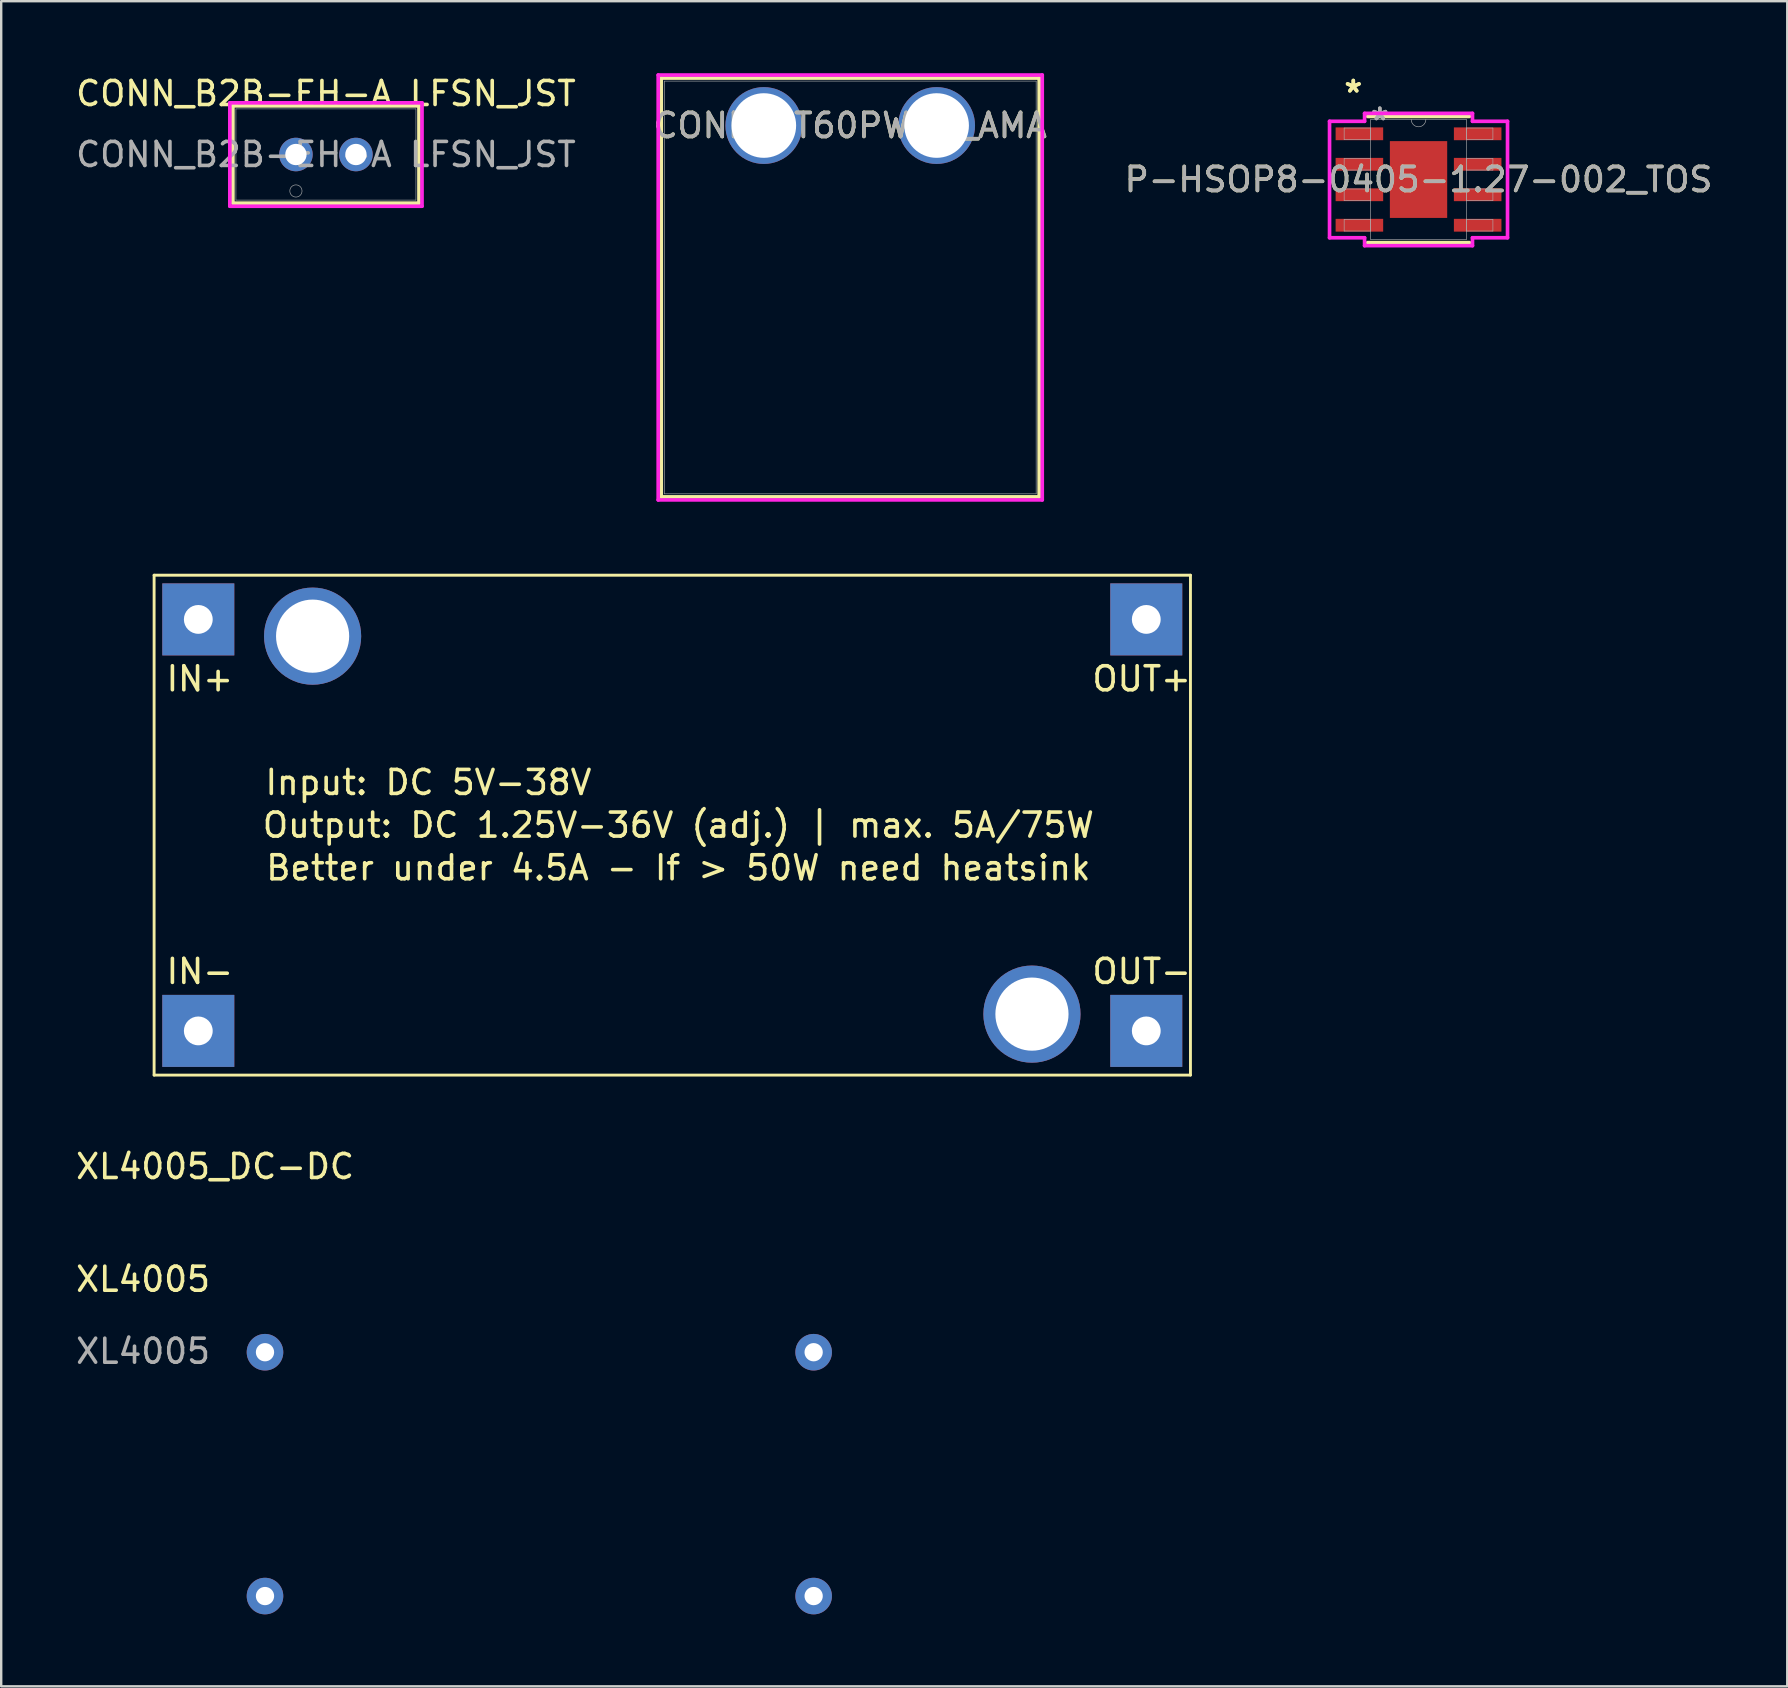
<source format=kicad_pcb>
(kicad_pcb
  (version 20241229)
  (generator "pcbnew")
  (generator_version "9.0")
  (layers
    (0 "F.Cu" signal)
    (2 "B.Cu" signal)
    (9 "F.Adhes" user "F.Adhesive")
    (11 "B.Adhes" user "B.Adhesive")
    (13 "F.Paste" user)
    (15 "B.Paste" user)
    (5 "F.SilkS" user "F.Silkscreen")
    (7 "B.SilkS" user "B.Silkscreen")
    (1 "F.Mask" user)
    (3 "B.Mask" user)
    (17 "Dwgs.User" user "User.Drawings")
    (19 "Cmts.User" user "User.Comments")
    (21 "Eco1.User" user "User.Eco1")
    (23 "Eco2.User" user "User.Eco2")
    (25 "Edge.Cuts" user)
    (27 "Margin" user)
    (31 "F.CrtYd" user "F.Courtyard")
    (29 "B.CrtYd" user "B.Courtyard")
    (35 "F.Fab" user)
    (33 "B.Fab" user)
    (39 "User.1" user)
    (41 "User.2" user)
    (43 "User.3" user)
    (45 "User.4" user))
  (footprint "XL4005_DC-DC"
    (layer "F.Cu")
    (at 3.371 41.744)
    (property "Reference" "XL4005_DC-DC" (at 2.54 3.81 0) (layer "F.SilkS") (effects (font (size 1 1) (thickness 0.15))))
    (attr through_hole)
    (fp_line (start 0 -20.828) (end 43.18 -20.828) (stroke (width 0.12) (type solid)) (layer "F.SilkS"))
    (fp_line (start 0 0) (end 0 -20.828) (stroke (width 0.12) (type solid)) (layer "F.SilkS"))
    (fp_line (start 43.18 -20.828) (end 43.18 0) (stroke (width 0.12) (type solid)) (layer "F.SilkS"))
    (fp_line (start 43.18 0) (end 0 0) (stroke (width 0.12) (type solid)) (layer "F.SilkS"))
    (fp_text user "Input: DC 5V-38V" (at 11.43 -12.192 0) (layer "F.SilkS") (effects (font (size 1 1) (thickness 0.15))))
    (fp_text user "IN+" (at 1.905 -16.51 0) (layer "F.SilkS") (effects (font (size 1 1) (thickness 0.15))))
    (fp_text user "Output: DC 1.25V-36V (adj.) | max. 5A/75W" (at 21.844 -10.414 0) (layer "F.SilkS") (effects (font (size 1 1) (thickness 0.15))))
    (fp_text user "Better under 4.5A - If > 50W need heatsink" (at 21.844 -8.636 0) (layer "F.SilkS") (effects (font (size 1 1) (thickness 0.15))))
    (fp_text user "IN-" (at 1.905 -4.318 0) (layer "F.SilkS") (effects (font (size 1 1) (thickness 0.15))))
    (fp_text user "OUT-" (at 41.148 -4.318 0) (layer "F.SilkS") (effects (font (size 1 1) (thickness 0.15))))
    (fp_text user "OUT+" (at 41.148 -16.51 0) (layer "F.SilkS") (effects (font (size 1 1) (thickness 0.15))))
    (pad "" thru_hole circle (at 6.604 -18.288) (size 4.048 4.048) (drill 3.048) (layers "*.Cu" "*.Mask"))
    (pad "" thru_hole circle (at 36.576 -2.54) (size 4.048 4.048) (drill 3.048) (layers "*.Cu" "*.Mask"))
    (pad "1" thru_hole rect (at 1.841 -18.986) (size 3 3) (drill 1.2) (layers "*.Cu" "*.Mask"))
    (pad "2" thru_hole rect (at 1.841 -1.841) (size 3 3) (drill 1.2) (layers "*.Cu" "*.Mask"))
    (pad "3" thru_hole rect (at 41.339 -18.986) (size 3 3) (drill 1.2) (layers "*.Cu" "*.Mask"))
    (pad "4" thru_hole rect (at 41.339 -1.841) (size 3 3) (drill 1.2) (layers "*.Cu" "*.Mask")))
  (footprint "CONN_XT60PW-F_AMA"
    (layer "F.Cu")
    (at 28.775 2.18)
    (property "Reference" "CONN_XT60PW-F_AMA" (at 3.6 0 0) (unlocked yes) (layer "F.SilkS") (effects (font (size 1 1) (thickness 0.15))))
    (fp_line (start -4.274 -1.977) (end -4.274 15.473) (stroke (width 0.152) (type solid)) (layer "F.SilkS"))
    (fp_line (start -4.274 15.473) (end 11.474 15.473) (stroke (width 0.152) (type solid)) (layer "F.SilkS"))
    (fp_line (start 11.474 -1.977) (end -4.274 -1.977) (stroke (width 0.152) (type solid)) (layer "F.SilkS"))
    (fp_line (start 11.474 15.473) (end 11.474 -1.977) (stroke (width 0.152) (type solid)) (layer "F.SilkS"))
    (fp_line (start -4.401 -2.104) (end -4.401 15.6) (stroke (width 0.152) (type solid)) (layer "F.CrtYd"))
    (fp_line (start -4.401 15.6) (end 11.601 15.6) (stroke (width 0.152) (type solid)) (layer "F.CrtYd"))
    (fp_line (start 11.601 -2.104) (end -4.401 -2.104) (stroke (width 0.152) (type solid)) (layer "F.CrtYd"))
    (fp_line (start 11.601 15.6) (end 11.601 -2.104) (stroke (width 0.152) (type solid)) (layer "F.CrtYd"))
    (fp_line (start -4.147 -1.85) (end -4.147 15.346) (stroke (width 0.025) (type solid)) (layer "F.Fab"))
    (fp_line (start -4.147 15.346) (end 11.347 15.346) (stroke (width 0.025) (type solid)) (layer "F.Fab"))
    (fp_line (start 11.347 -1.85) (end -4.147 -1.85) (stroke (width 0.025) (type solid)) (layer "F.Fab"))
    (fp_line (start 11.347 15.346) (end 11.347 -1.85) (stroke (width 0.025) (type solid)) (layer "F.Fab"))
    (fp_text user "${REFERENCE}" (at 3.6 0 0) (unlocked yes) (layer "F.Fab") (effects (font (size 1 1) (thickness 0.15))))
    (pad "1" thru_hole circle (at 0 0) (size 3.2 3.2) (drill 2.692) (layers "*.Cu" "*.Mask"))
    (pad "2" thru_hole circle (at 7.2 0) (size 3.2 3.2) (drill 2.692) (layers "*.Cu" "*.Mask")))
  (footprint "P-HSOP8-0405-1.27-002_TOS"
    (layer "F.Cu")
    (at 56.054 4.43)
    (property "Reference" "P-HSOP8-0405-1.27-002_TOS" (at 0 0 0) (unlocked yes) (layer "F.SilkS") (effects (font (size 1 1) (thickness 0.15))))
    (attr smd)
    (fp_line (start -2.121 2.629) (end 2.121 2.629) (stroke (width 0.152) (type solid)) (layer "F.SilkS"))
    (fp_line (start 2.121 -2.629) (end -2.121 -2.629) (stroke (width 0.152) (type solid)) (layer "F.SilkS"))
    (fp_poly (pts (xy -1.094 -1.5) (xy -1.094 -0.1) (xy 1.094 -0.1) (xy 1.094 -1.5)) (stroke (width 0) (type solid)) (fill yes) (layer "F.Paste"))
    (fp_poly (pts (xy -1.094 0.1) (xy -1.094 1.5) (xy 1.094 1.5) (xy 1.094 0.1)) (stroke (width 0) (type solid)) (fill yes) (layer "F.Paste"))
    (fp_line (start -3.708 -2.426) (end -2.248 -2.426) (stroke (width 0.152) (type solid)) (layer "F.CrtYd"))
    (fp_line (start -3.708 2.426) (end -3.708 -2.426) (stroke (width 0.152) (type solid)) (layer "F.CrtYd"))
    (fp_line (start -3.708 2.426) (end -2.248 2.426) (stroke (width 0.152) (type solid)) (layer "F.CrtYd"))
    (fp_line (start -2.248 -2.756) (end 2.248 -2.756) (stroke (width 0.152) (type solid)) (layer "F.CrtYd"))
    (fp_line (start -2.248 -2.426) (end -2.248 -2.756) (stroke (width 0.152) (type solid)) (layer "F.CrtYd"))
    (fp_line (start -2.248 2.756) (end -2.248 2.426) (stroke (width 0.152) (type solid)) (layer "F.CrtYd"))
    (fp_line (start 2.248 -2.756) (end 2.248 -2.426) (stroke (width 0.152) (type solid)) (layer "F.CrtYd"))
    (fp_line (start 2.248 2.426) (end 2.248 2.756) (stroke (width 0.152) (type solid)) (layer "F.CrtYd"))
    (fp_line (start 2.248 2.756) (end -2.248 2.756) (stroke (width 0.152) (type solid)) (layer "F.CrtYd"))
    (fp_line (start 3.708 -2.426) (end 2.248 -2.426) (stroke (width 0.152) (type solid)) (layer "F.CrtYd"))
    (fp_line (start 3.708 -2.426) (end 3.708 2.426) (stroke (width 0.152) (type solid)) (layer "F.CrtYd"))
    (fp_line (start 3.708 2.426) (end 2.248 2.426) (stroke (width 0.152) (type solid)) (layer "F.CrtYd"))
    (fp_line (start -3.099 -2.146) (end -3.099 -1.664) (stroke (width 0.025) (type solid)) (layer "F.Fab"))
    (fp_line (start -3.099 -1.664) (end -1.994 -1.664) (stroke (width 0.025) (type solid)) (layer "F.Fab"))
    (fp_line (start -3.099 -0.876) (end -3.099 -0.394) (stroke (width 0.025) (type solid)) (layer "F.Fab"))
    (fp_line (start -3.099 -0.394) (end -1.994 -0.394) (stroke (width 0.025) (type solid)) (layer "F.Fab"))
    (fp_line (start -3.099 0.394) (end -3.099 0.876) (stroke (width 0.025) (type solid)) (layer "F.Fab"))
    (fp_line (start -3.099 0.876) (end -1.994 0.876) (stroke (width 0.025) (type solid)) (layer "F.Fab"))
    (fp_line (start -3.099 1.664) (end -3.099 2.146) (stroke (width 0.025) (type solid)) (layer "F.Fab"))
    (fp_line (start -3.099 2.146) (end -1.994 2.146) (stroke (width 0.025) (type solid)) (layer "F.Fab"))
    (fp_line (start -1.994 -2.502) (end -1.994 2.502) (stroke (width 0.025) (type solid)) (layer "F.Fab"))
    (fp_line (start -1.994 -2.146) (end -3.099 -2.146) (stroke (width 0.025) (type solid)) (layer "F.Fab"))
    (fp_line (start -1.994 -1.664) (end -1.994 -2.146) (stroke (width 0.025) (type solid)) (layer "F.Fab"))
    (fp_line (start -1.994 -0.876) (end -3.099 -0.876) (stroke (width 0.025) (type solid)) (layer "F.Fab"))
    (fp_line (start -1.994 -0.394) (end -1.994 -0.876) (stroke (width 0.025) (type solid)) (layer "F.Fab"))
    (fp_line (start -1.994 0.394) (end -3.099 0.394) (stroke (width 0.025) (type solid)) (layer "F.Fab"))
    (fp_line (start -1.994 0.876) (end -1.994 0.394) (stroke (width 0.025) (type solid)) (layer "F.Fab"))
    (fp_line (start -1.994 1.664) (end -3.099 1.664) (stroke (width 0.025) (type solid)) (layer "F.Fab"))
    (fp_line (start -1.994 2.146) (end -1.994 1.664) (stroke (width 0.025) (type solid)) (layer "F.Fab"))
    (fp_line (start -1.994 2.502) (end 1.994 2.502) (stroke (width 0.025) (type solid)) (layer "F.Fab"))
    (fp_line (start 1.994 -2.502) (end -1.994 -2.502) (stroke (width 0.025) (type solid)) (layer "F.Fab"))
    (fp_line (start 1.994 -2.146) (end 1.994 -1.664) (stroke (width 0.025) (type solid)) (layer "F.Fab"))
    (fp_line (start 1.994 -1.664) (end 3.099 -1.664) (stroke (width 0.025) (type solid)) (layer "F.Fab"))
    (fp_line (start 1.994 -0.876) (end 1.994 -0.394) (stroke (width 0.025) (type solid)) (layer "F.Fab"))
    (fp_line (start 1.994 -0.394) (end 3.099 -0.394) (stroke (width 0.025) (type solid)) (layer "F.Fab"))
    (fp_line (start 1.994 0.394) (end 1.994 0.876) (stroke (width 0.025) (type solid)) (layer "F.Fab"))
    (fp_line (start 1.994 0.876) (end 3.099 0.876) (stroke (width 0.025) (type solid)) (layer "F.Fab"))
    (fp_line (start 1.994 1.664) (end 1.994 2.146) (stroke (width 0.025) (type solid)) (layer "F.Fab"))
    (fp_line (start 1.994 2.146) (end 3.099 2.146) (stroke (width 0.025) (type solid)) (layer "F.Fab"))
    (fp_line (start 1.994 2.502) (end 1.994 -2.502) (stroke (width 0.025) (type solid)) (layer "F.Fab"))
    (fp_line (start 3.099 -2.146) (end 1.994 -2.146) (stroke (width 0.025) (type solid)) (layer "F.Fab"))
    (fp_line (start 3.099 -1.664) (end 3.099 -2.146) (stroke (width 0.025) (type solid)) (layer "F.Fab"))
    (fp_line (start 3.099 -0.876) (end 1.994 -0.876) (stroke (width 0.025) (type solid)) (layer "F.Fab"))
    (fp_line (start 3.099 -0.394) (end 3.099 -0.876) (stroke (width 0.025) (type solid)) (layer "F.Fab"))
    (fp_line (start 3.099 0.394) (end 1.994 0.394) (stroke (width 0.025) (type solid)) (layer "F.Fab"))
    (fp_line (start 3.099 0.876) (end 3.099 0.394) (stroke (width 0.025) (type solid)) (layer "F.Fab"))
    (fp_line (start 3.099 1.664) (end 1.994 1.664) (stroke (width 0.025) (type solid)) (layer "F.Fab"))
    (fp_line (start 3.099 2.146) (end 3.099 1.664) (stroke (width 0.025) (type solid)) (layer "F.Fab"))
    (fp_arc (start 0.3048 -2.5019) (mid 0 -2.1971) (end -0.3048 -2.5019) (stroke (width 0.0254) (type solid)) (layer "F.Fab"))
    (fp_text user "*" (at -2.718 -3.581 0) (layer "F.SilkS") (effects (font (size 1 1) (thickness 0.15))))
    (fp_text user "*" (at -2.718 -3.581 0) (unlocked yes) (layer "F.SilkS") (effects (font (size 1 1) (thickness 0.15))))
    (fp_text user "${REFERENCE}" (at 0 0 0) (unlocked yes) (layer "F.Fab") (effects (font (size 1 1) (thickness 0.15))))
    (fp_text user "*" (at -1.613 -2.426 0) (unlocked yes) (layer "F.Fab") (effects (font (size 1 1) (thickness 0.15))))
    (fp_text user "*" (at -1.613 -2.426 0) (layer "F.Fab") (effects (font (size 1 1) (thickness 0.15))))
    (pad "1" smd rect (at -2.464 -1.905) (size 1.981 0.533) (layers "F.Cu" "F.Mask" "F.Paste"))
    (pad "2" smd rect (at -2.464 -0.635) (size 1.981 0.533) (layers "F.Cu" "F.Mask" "F.Paste"))
    (pad "3" smd rect (at -2.464 0.635) (size 1.981 0.533) (layers "F.Cu" "F.Mask" "F.Paste"))
    (pad "4" smd rect (at -2.464 1.905) (size 1.981 0.533) (layers "F.Cu" "F.Mask" "F.Paste"))
    (pad "5" smd rect (at 2.464 1.905) (size 1.981 0.533) (layers "F.Cu" "F.Mask" "F.Paste"))
    (pad "6" smd rect (at 2.464 0.635) (size 1.981 0.533) (layers "F.Cu" "F.Mask" "F.Paste"))
    (pad "7" smd rect (at 2.464 -0.635) (size 1.981 0.533) (layers "F.Cu" "F.Mask" "F.Paste"))
    (pad "8" smd rect (at 2.464 -1.905) (size 1.981 0.533) (layers "F.Cu" "F.Mask" "F.Paste"))
    (pad "EPAD" smd rect (at 0 0) (size 2.388 3.2) (layers "F.Cu" "F.Mask")))
  (footprint "XL4005"
    (layer "F.Cu")
    (at 2.911 50.751)
    (property "Reference" "XL4005" (at 0 -0.5 0) (unlocked yes) (layer "F.SilkS") (effects (font (size 1 1) (thickness 0.15))))
    (attr through_hole)
    (fp_text user "${REFERENCE}" (at 0 2.5 0) (unlocked yes) (layer "F.Fab") (effects (font (size 1 1) (thickness 0.15))))
    (pad "1" thru_hole circle (at 5.08 2.54) (size 1.524 1.524) (drill 0.762) (layers "*.Cu" "*.Mask"))
    (pad "2" thru_hole circle (at 5.08 12.7) (size 1.524 1.524) (drill 0.762) (layers "*.Cu" "*.Mask"))
    (pad "3" thru_hole circle (at 27.94 2.54) (size 1.524 1.524) (drill 0.762) (layers "*.Cu" "*.Mask"))
    (pad "4" thru_hole circle (at 27.94 12.7) (size 1.524 1.524) (drill 0.762) (layers "*.Cu" "*.Mask")))
  (footprint "CONN_B2B-EH-A LFSN_JST"
    (layer "F.Cu")
    (at 9.28 3.388)
    (property "Reference" "CONN_B2B-EH-A LFSN_JST" (at 1.25 -2.54 0) (unlocked yes) (layer "F.SilkS") (effects (font (size 1 1) (thickness 0.15))))
    (attr through_hole)
    (fp_line (start -2.627 -2.027) (end -2.627 2.027) (stroke (width 0.152) (type solid)) (layer "F.SilkS"))
    (fp_line (start -2.627 2.027) (end 5.127 2.027) (stroke (width 0.152) (type solid)) (layer "F.SilkS"))
    (fp_line (start 5.127 -2.027) (end -2.627 -2.027) (stroke (width 0.152) (type solid)) (layer "F.SilkS"))
    (fp_line (start 5.127 2.027) (end 5.127 -2.027) (stroke (width 0.152) (type solid)) (layer "F.SilkS"))
    (fp_line (start -2.754 -2.154) (end -2.754 2.154) (stroke (width 0.152) (type solid)) (layer "F.CrtYd"))
    (fp_line (start -2.754 2.154) (end 5.254 2.154) (stroke (width 0.152) (type solid)) (layer "F.CrtYd"))
    (fp_line (start 5.254 -2.154) (end -2.754 -2.154) (stroke (width 0.152) (type solid)) (layer "F.CrtYd"))
    (fp_line (start 5.254 2.154) (end 5.254 -2.154) (stroke (width 0.152) (type solid)) (layer "F.CrtYd"))
    (fp_line (start -2.5 -1.9) (end -2.5 1.9) (stroke (width 0.025) (type solid)) (layer "F.Fab"))
    (fp_line (start -2.5 1.9) (end 5 1.9) (stroke (width 0.025) (type solid)) (layer "F.Fab"))
    (fp_line (start 5 -1.9) (end -2.5 -1.9) (stroke (width 0.025) (type solid)) (layer "F.Fab"))
    (fp_line (start 5 1.9) (end 5 -1.9) (stroke (width 0.025) (type solid)) (layer "F.Fab"))
    (fp_circle (center 0 1.519) (end 0.254 1.519) (stroke (width 0.025) (type solid)) (fill no) (layer "F.Fab"))
    (fp_text user "${REFERENCE}" (at 1.25 0 0) (unlocked yes) (layer "F.Fab") (effects (font (size 1 1) (thickness 0.15))))
    (pad "1" thru_hole circle (at 0 0) (size 1.397 1.397) (drill 0.889) (layers "*.Cu" "*.Mask"))
    (pad "2" thru_hole circle (at 2.5 0) (size 1.397 1.397) (drill 0.889) (layers "*.Cu" "*.Mask")))
  (gr_rect
    (start -3 -3)
    (end 71.417 67.213)
    (stroke (width 0.1) (type default))
    (fill no)
    (layer "Edge.Cuts")))
</source>
